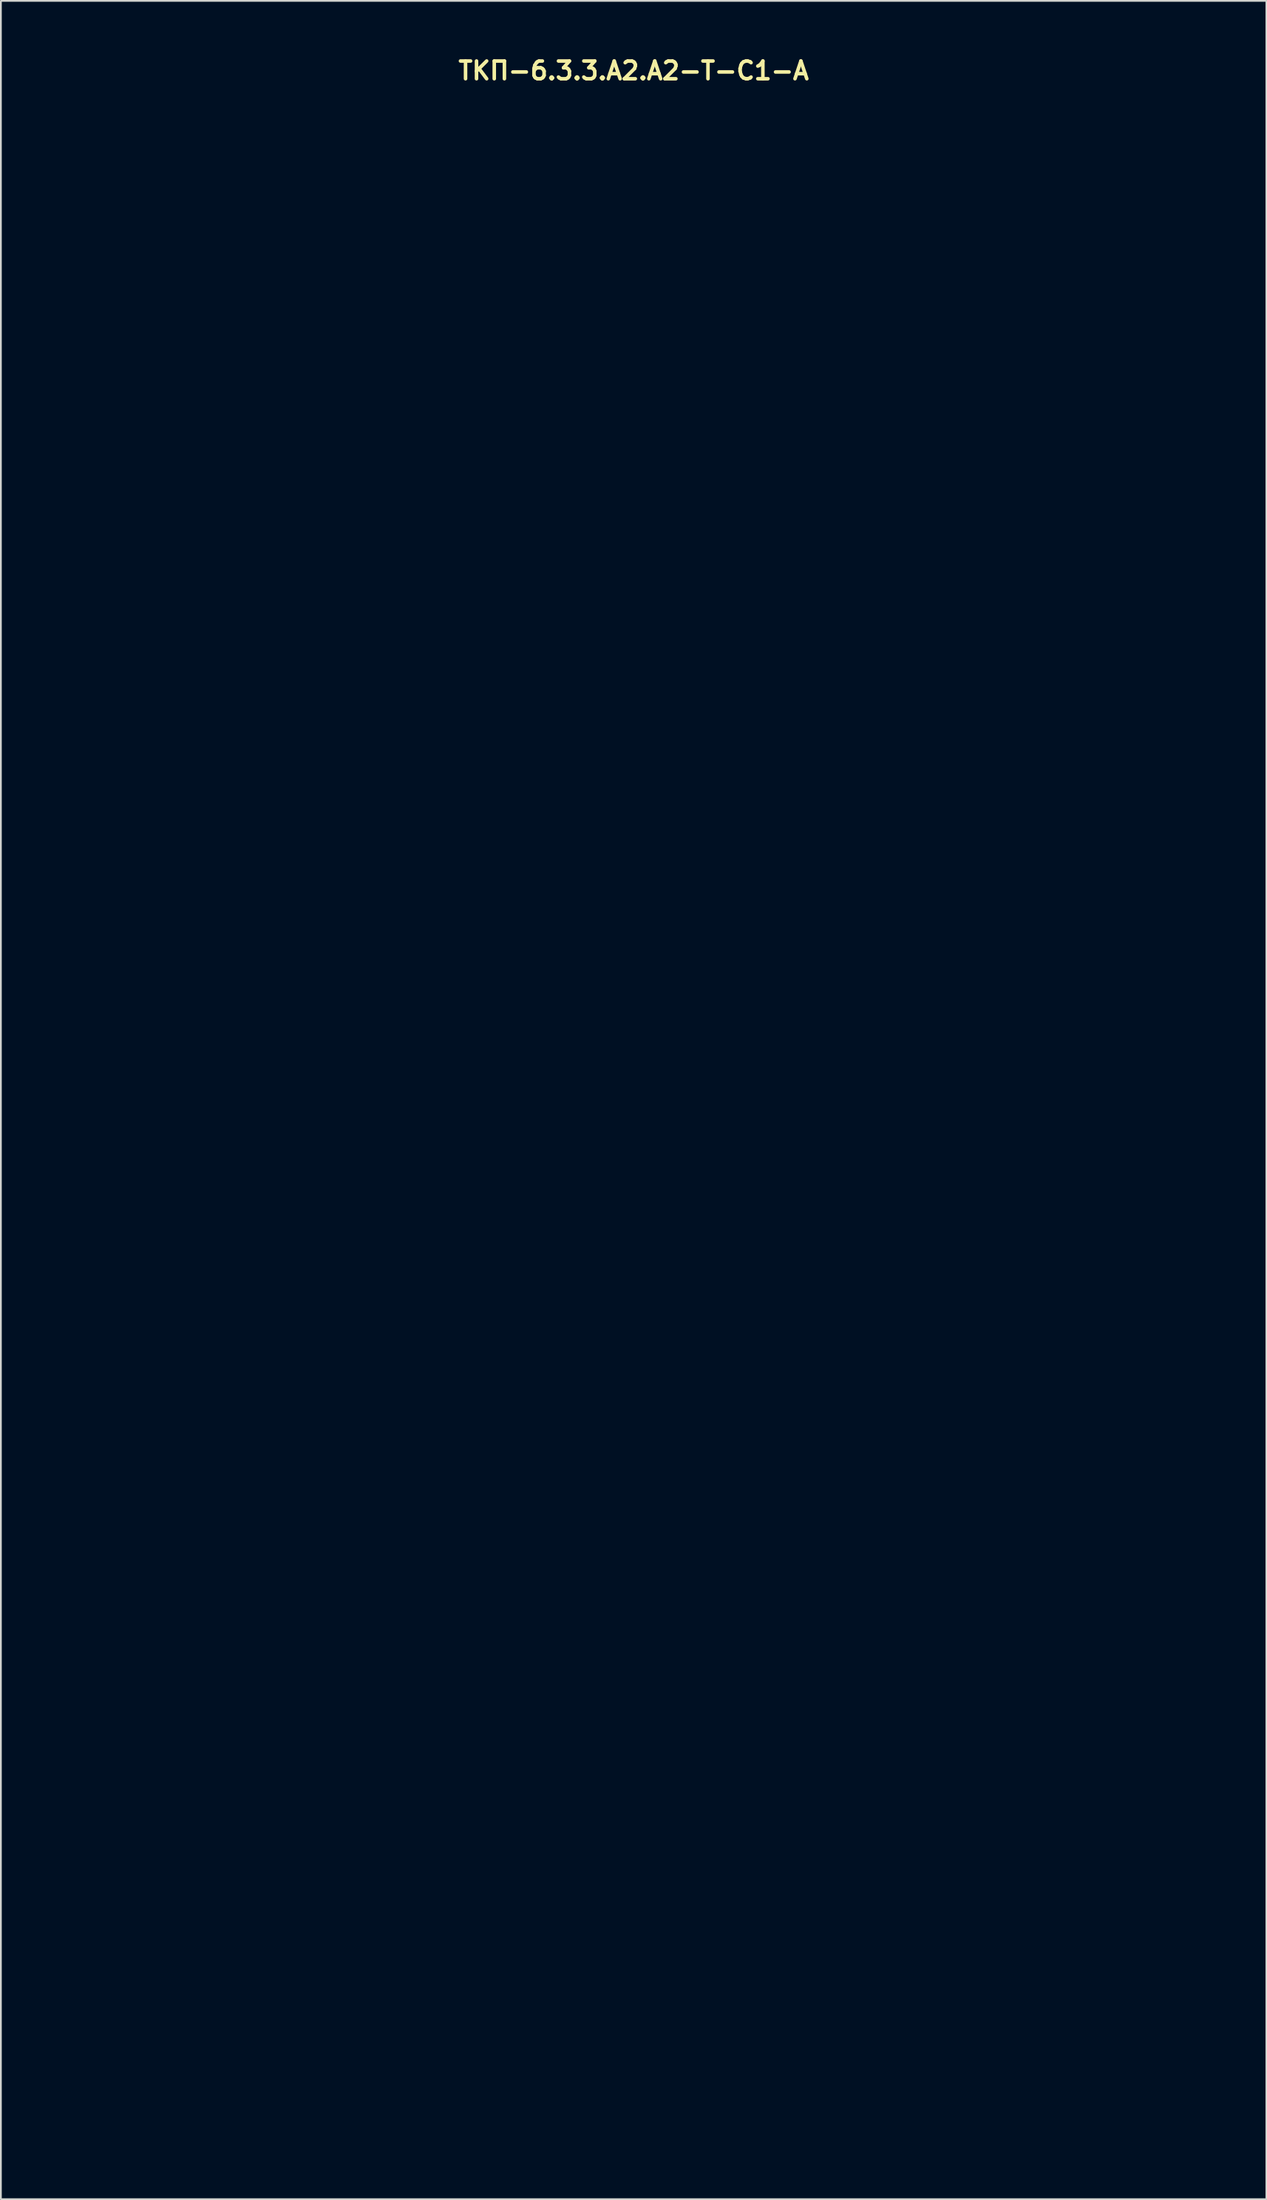
<source format=kicad_pcb>
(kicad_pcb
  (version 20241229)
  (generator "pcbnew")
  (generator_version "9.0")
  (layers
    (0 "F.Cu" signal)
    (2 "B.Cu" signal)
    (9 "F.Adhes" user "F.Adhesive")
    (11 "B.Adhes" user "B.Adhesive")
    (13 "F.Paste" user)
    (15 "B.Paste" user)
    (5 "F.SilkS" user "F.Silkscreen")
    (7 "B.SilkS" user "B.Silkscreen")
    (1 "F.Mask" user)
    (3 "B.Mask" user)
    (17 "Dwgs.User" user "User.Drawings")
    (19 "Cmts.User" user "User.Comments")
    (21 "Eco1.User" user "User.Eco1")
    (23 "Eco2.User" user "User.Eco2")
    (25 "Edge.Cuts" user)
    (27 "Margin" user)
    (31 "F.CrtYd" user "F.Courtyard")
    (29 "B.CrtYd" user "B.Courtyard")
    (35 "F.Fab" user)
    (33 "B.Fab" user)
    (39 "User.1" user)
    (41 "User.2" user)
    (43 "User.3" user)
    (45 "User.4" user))
  (footprint "ТКП-6.3.3.A2.A2-T-C1-A"
    (layer "F.Cu")
    (at 32.67 59.737)
    (property "Reference" "ТКП-6.3.3.A2.A2-T-C1-A" (at 0 -58.801 0) (layer "F.SilkS") (effects (font (size 1 1) (thickness 0.2))))
    (attr through_hole)
    (fp_line (start -32.47 -57.98) (end -32.47 57.98) (stroke (width 0.4) (type solid)) (layer "Eco1.User"))
    (fp_line (start -32.47 -57.98) (end 32.47 -57.98) (stroke (width 0.4) (type solid)) (layer "Eco1.User"))
    (fp_line (start -32.47 -55.98) (end 32.47 -55.98) (stroke (width 0.2) (type solid)) (layer "Eco1.User"))
    (fp_line (start -32.47 55.98) (end 32.47 55.98) (stroke (width 0.2) (type solid)) (layer "Eco1.User"))
    (fp_line (start -32.47 57.98) (end 32.47 57.98) (stroke (width 0.4) (type solid)) (layer "Eco1.User"))
    (fp_line (start 32.47 -57.98) (end 32.47 57.98) (stroke (width 0.4) (type solid)) (layer "Eco1.User"))
    (fp_circle (center -19.05 -40.44) (end -15.45 -40.44) (stroke (width 0.4) (type solid)) (fill no) (layer "Eco1.User"))
    (fp_circle (center -19.05 -40.44) (end -9.55 -40.44) (stroke (width 0.4) (type solid)) (fill no) (layer "Eco1.User"))
    (fp_circle (center -8.89 -50.8) (end -7.39 -50.8) (stroke (width 0.4) (type solid)) (fill no) (layer "Eco1.User"))
    (fp_circle (center -8.89 -50.8) (end -6.04 -50.8) (stroke (width 0.4) (type solid)) (fill no) (layer "Eco1.User"))
    (fp_circle (center 0 -26.47) (end 3.6 -26.47) (stroke (width 0.4) (type solid)) (fill no) (layer "Eco1.User"))
    (fp_circle (center 0 -26.47) (end 9.5 -26.47) (stroke (width 0.4) (type solid)) (fill no) (layer "Eco1.User"))
    (fp_circle (center 0 -7.62) (end 2.8 -7.62) (stroke (width 0.4) (type solid)) (fill no) (layer "Eco1.User"))
    (fp_circle (center 0 19.05) (end 6 19.05) (stroke (width 0.4) (type solid)) (fill no) (layer "Eco1.User"))
    (fp_circle (center 0 19.05) (end 10 19.05) (stroke (width 0.4) (type solid)) (fill no) (layer "Eco1.User"))
    (fp_circle (center 8.89 -50.8) (end 10.39 -50.8) (stroke (width 0.4) (type solid)) (fill no) (layer "Eco1.User"))
    (fp_circle (center 8.89 -50.8) (end 11.74 -50.8) (stroke (width 0.4) (type solid)) (fill no) (layer "Eco1.User"))
    (fp_circle (center 19.05 -40.44) (end 22.65 -40.44) (stroke (width 0.4) (type solid)) (fill no) (layer "Eco1.User"))
    (fp_circle (center 19.05 -40.44) (end 28.55 -40.44) (stroke (width 0.4) (type solid)) (fill no) (layer "Eco1.User"))
    (fp_line (start -32.47 -57.98) (end -32.47 57.98) (stroke (width 0.4) (type solid)) (layer "Eco2.User"))
    (fp_line (start -32.47 -57.98) (end 32.47 -57.98) (stroke (width 0.4) (type solid)) (layer "Eco2.User"))
    (fp_line (start -32.47 57.98) (end 32.47 57.98) (stroke (width 0.4) (type solid)) (layer "Eco2.User"))
    (fp_line (start -29.21 -54.928) (end -29.21 -49.847) (stroke (width 0.5) (type solid)) (layer "Eco2.User"))
    (fp_line (start -29.21 -54.928) (end -22.225 -54.928) (stroke (width 0.5) (type solid)) (layer "Eco2.User"))
    (fp_line (start -29.21 -49.847) (end -26.035 -46.672) (stroke (width 0.5) (type solid)) (layer "Eco2.User"))
    (fp_line (start -29.21 -44.767) (end -29.21 -39.688) (stroke (width 0.5) (type solid)) (layer "Eco2.User"))
    (fp_line (start -29.21 -44.767) (end -22.225 -44.767) (stroke (width 0.5) (type solid)) (layer "Eco2.User"))
    (fp_line (start -29.21 -39.688) (end -26.035 -36.513) (stroke (width 0.5) (type solid)) (layer "Eco2.User"))
    (fp_line (start -29.21 -34.608) (end -29.21 -29.527) (stroke (width 0.5) (type solid)) (layer "Eco2.User"))
    (fp_line (start -29.21 -34.608) (end -22.225 -34.608) (stroke (width 0.5) (type solid)) (layer "Eco2.User"))
    (fp_line (start -29.21 -29.527) (end -26.035 -26.352) (stroke (width 0.5) (type solid)) (layer "Eco2.User"))
    (fp_line (start -29.21 -24.448) (end -29.21 -19.367) (stroke (width 0.5) (type solid)) (layer "Eco2.User"))
    (fp_line (start -29.21 -24.448) (end -22.225 -24.448) (stroke (width 0.5) (type solid)) (layer "Eco2.User"))
    (fp_line (start -29.21 -19.367) (end -26.035 -16.192) (stroke (width 0.5) (type solid)) (layer "Eco2.User"))
    (fp_line (start -29.21 -14.287) (end -29.21 -9.207) (stroke (width 0.5) (type solid)) (layer "Eco2.User"))
    (fp_line (start -29.21 -14.287) (end -22.225 -14.287) (stroke (width 0.5) (type solid)) (layer "Eco2.User"))
    (fp_line (start -29.21 -9.207) (end -26.035 -6.032) (stroke (width 0.5) (type solid)) (layer "Eco2.User"))
    (fp_line (start -29.21 -4.128) (end -29.21 0.953) (stroke (width 0.5) (type solid)) (layer "Eco2.User"))
    (fp_line (start -29.21 -4.128) (end -22.225 -4.128) (stroke (width 0.5) (type solid)) (layer "Eco2.User"))
    (fp_line (start -29.21 0.953) (end -26.035 4.128) (stroke (width 0.5) (type solid)) (layer "Eco2.User"))
    (fp_line (start -29.21 6.032) (end -29.21 11.113) (stroke (width 0.5) (type solid)) (layer "Eco2.User"))
    (fp_line (start -29.21 6.032) (end -22.225 6.032) (stroke (width 0.5) (type solid)) (layer "Eco2.User"))
    (fp_line (start -29.21 11.113) (end -26.035 14.287) (stroke (width 0.5) (type solid)) (layer "Eco2.User"))
    (fp_line (start -29.21 16.192) (end -29.21 21.273) (stroke (width 0.5) (type solid)) (layer "Eco2.User"))
    (fp_line (start -29.21 16.192) (end -22.225 16.192) (stroke (width 0.5) (type solid)) (layer "Eco2.User"))
    (fp_line (start -29.21 21.273) (end -26.035 24.448) (stroke (width 0.5) (type solid)) (layer "Eco2.User"))
    (fp_line (start -29.21 26.352) (end -29.21 31.433) (stroke (width 0.5) (type solid)) (layer "Eco2.User"))
    (fp_line (start -29.21 26.352) (end -22.225 26.352) (stroke (width 0.5) (type solid)) (layer "Eco2.User"))
    (fp_line (start -29.21 31.433) (end -26.035 34.608) (stroke (width 0.5) (type solid)) (layer "Eco2.User"))
    (fp_line (start -29.21 36.513) (end -29.21 41.593) (stroke (width 0.5) (type solid)) (layer "Eco2.User"))
    (fp_line (start -29.21 36.513) (end -22.225 36.513) (stroke (width 0.5) (type solid)) (layer "Eco2.User"))
    (fp_line (start -29.21 41.593) (end -26.035 44.767) (stroke (width 0.5) (type solid)) (layer "Eco2.User"))
    (fp_line (start -29.21 46.672) (end -29.21 51.752) (stroke (width 0.5) (type solid)) (layer "Eco2.User"))
    (fp_line (start -29.21 46.672) (end 26.035 46.672) (stroke (width 0.5) (type solid)) (layer "Eco2.User"))
    (fp_line (start -29.21 51.752) (end -26.035 54.928) (stroke (width 0.5) (type solid)) (layer "Eco2.User"))
    (fp_line (start -26.035 -46.672) (end -19.05 -46.672) (stroke (width 0.5) (type solid)) (layer "Eco2.User"))
    (fp_line (start -26.035 -36.513) (end -19.05 -36.513) (stroke (width 0.5) (type solid)) (layer "Eco2.User"))
    (fp_line (start -26.035 -16.192) (end -19.05 -16.192) (stroke (width 0.5) (type solid)) (layer "Eco2.User"))
    (fp_line (start -26.035 -6.032) (end -19.05 -6.032) (stroke (width 0.5) (type solid)) (layer "Eco2.User"))
    (fp_line (start -26.035 4.128) (end -19.05 4.128) (stroke (width 0.5) (type solid)) (layer "Eco2.User"))
    (fp_line (start -26.035 14.287) (end -19.05 14.287) (stroke (width 0.5) (type solid)) (layer "Eco2.User"))
    (fp_line (start -26.035 24.448) (end -19.05 24.448) (stroke (width 0.5) (type solid)) (layer "Eco2.User"))
    (fp_line (start -26.035 34.608) (end -19.05 34.608) (stroke (width 0.5) (type solid)) (layer "Eco2.User"))
    (fp_line (start -26.035 44.767) (end -19.05 44.767) (stroke (width 0.5) (type solid)) (layer "Eco2.User"))
    (fp_line (start -26.035 54.928) (end 29.21 54.928) (stroke (width 0.5) (type solid)) (layer "Eco2.User"))
    (fp_line (start -22.225 -54.928) (end -19.05 -51.752) (stroke (width 0.5) (type solid)) (layer "Eco2.User"))
    (fp_line (start -22.225 -44.767) (end -19.05 -41.593) (stroke (width 0.5) (type solid)) (layer "Eco2.User"))
    (fp_line (start -22.225 -34.608) (end -19.05 -31.433) (stroke (width 0.5) (type solid)) (layer "Eco2.User"))
    (fp_line (start -22.225 -24.448) (end -19.05 -21.273) (stroke (width 0.5) (type solid)) (layer "Eco2.User"))
    (fp_line (start -22.225 -14.287) (end -19.05 -11.113) (stroke (width 0.5) (type solid)) (layer "Eco2.User"))
    (fp_line (start -22.225 -4.128) (end -19.05 -0.953) (stroke (width 0.5) (type solid)) (layer "Eco2.User"))
    (fp_line (start -22.225 6.032) (end -19.05 9.207) (stroke (width 0.5) (type solid)) (layer "Eco2.User"))
    (fp_line (start -22.225 16.192) (end -19.05 19.367) (stroke (width 0.5) (type solid)) (layer "Eco2.User"))
    (fp_line (start -22.225 26.352) (end -19.05 29.527) (stroke (width 0.5) (type solid)) (layer "Eco2.User"))
    (fp_line (start -22.225 36.513) (end -19.05 39.688) (stroke (width 0.5) (type solid)) (layer "Eco2.User"))
    (fp_line (start -19.05 -51.752) (end -19.05 -46.672) (stroke (width 0.5) (type solid)) (layer "Eco2.User"))
    (fp_line (start -19.05 -41.593) (end -19.05 -36.513) (stroke (width 0.5) (type solid)) (layer "Eco2.User"))
    (fp_line (start -19.05 -31.433) (end -19.05 -29.845) (stroke (width 0.5) (type solid)) (layer "Eco2.User"))
    (fp_line (start -19.05 -21.273) (end -19.05 -16.192) (stroke (width 0.5) (type solid)) (layer "Eco2.User"))
    (fp_line (start -19.05 -11.113) (end -19.05 -6.032) (stroke (width 0.5) (type solid)) (layer "Eco2.User"))
    (fp_line (start -19.05 -0.953) (end -19.05 4.128) (stroke (width 0.5) (type solid)) (layer "Eco2.User"))
    (fp_line (start -19.05 9.207) (end -19.05 14.287) (stroke (width 0.5) (type solid)) (layer "Eco2.User"))
    (fp_line (start -19.05 19.367) (end -19.05 24.448) (stroke (width 0.5) (type solid)) (layer "Eco2.User"))
    (fp_line (start -19.05 29.527) (end -19.05 34.608) (stroke (width 0.5) (type solid)) (layer "Eco2.User"))
    (fp_line (start -19.05 39.688) (end -19.05 44.767) (stroke (width 0.5) (type solid)) (layer "Eco2.User"))
    (fp_line (start -17.145 -54.928) (end -17.145 -49.847) (stroke (width 0.5) (type solid)) (layer "Eco2.User"))
    (fp_line (start -17.145 -54.928) (end -10.16 -54.928) (stroke (width 0.5) (type solid)) (layer "Eco2.User"))
    (fp_line (start -17.145 -49.847) (end -13.97 -46.672) (stroke (width 0.5) (type solid)) (layer "Eco2.User"))
    (fp_line (start -17.145 -44.767) (end -17.145 -39.688) (stroke (width 0.5) (type solid)) (layer "Eco2.User"))
    (fp_line (start -17.145 -44.767) (end 13.97 -44.767) (stroke (width 0.5) (type solid)) (layer "Eco2.User"))
    (fp_line (start -17.145 -39.688) (end -13.97 -36.513) (stroke (width 0.5) (type solid)) (layer "Eco2.User"))
    (fp_line (start -17.145 -34.608) (end -17.145 -29.845) (stroke (width 0.5) (type solid)) (layer "Eco2.User"))
    (fp_line (start -17.145 -34.608) (end -10.16 -34.608) (stroke (width 0.5) (type solid)) (layer "Eco2.User"))
    (fp_line (start -17.145 -24.448) (end -17.145 -19.367) (stroke (width 0.5) (type solid)) (layer "Eco2.User"))
    (fp_line (start -17.145 -24.448) (end -10.16 -24.448) (stroke (width 0.5) (type solid)) (layer "Eco2.User"))
    (fp_line (start -17.145 -19.367) (end -13.97 -16.192) (stroke (width 0.5) (type solid)) (layer "Eco2.User"))
    (fp_line (start -17.145 -14.287) (end -17.145 -9.207) (stroke (width 0.5) (type solid)) (layer "Eco2.User"))
    (fp_line (start -17.145 -14.287) (end -10.16 -14.287) (stroke (width 0.5) (type solid)) (layer "Eco2.User"))
    (fp_line (start -17.145 -9.207) (end -13.97 -6.032) (stroke (width 0.5) (type solid)) (layer "Eco2.User"))
    (fp_line (start -17.145 -4.128) (end -17.145 0.953) (stroke (width 0.5) (type solid)) (layer "Eco2.User"))
    (fp_line (start -17.145 -4.128) (end -10.16 -4.128) (stroke (width 0.5) (type solid)) (layer "Eco2.User"))
    (fp_line (start -17.145 0.953) (end -13.97 4.128) (stroke (width 0.5) (type solid)) (layer "Eco2.User"))
    (fp_line (start -17.145 6.032) (end -17.145 11.113) (stroke (width 0.5) (type solid)) (layer "Eco2.User"))
    (fp_line (start -17.145 6.032) (end -10.16 6.032) (stroke (width 0.5) (type solid)) (layer "Eco2.User"))
    (fp_line (start -17.145 11.113) (end -13.97 14.287) (stroke (width 0.5) (type solid)) (layer "Eco2.User"))
    (fp_line (start -17.145 16.192) (end -17.145 21.273) (stroke (width 0.5) (type solid)) (layer "Eco2.User"))
    (fp_line (start -17.145 16.192) (end -10.16 16.192) (stroke (width 0.5) (type solid)) (layer "Eco2.User"))
    (fp_line (start -17.145 21.273) (end -13.97 24.448) (stroke (width 0.5) (type solid)) (layer "Eco2.User"))
    (fp_line (start -17.145 26.352) (end -17.145 31.433) (stroke (width 0.5) (type solid)) (layer "Eco2.User"))
    (fp_line (start -17.145 26.352) (end -10.16 26.352) (stroke (width 0.5) (type solid)) (layer "Eco2.User"))
    (fp_line (start -17.145 31.433) (end -13.97 34.608) (stroke (width 0.5) (type solid)) (layer "Eco2.User"))
    (fp_line (start -17.145 36.513) (end -17.145 41.593) (stroke (width 0.5) (type solid)) (layer "Eco2.User"))
    (fp_line (start -17.145 36.513) (end 13.97 36.513) (stroke (width 0.5) (type solid)) (layer "Eco2.User"))
    (fp_line (start -17.145 41.593) (end -13.97 44.767) (stroke (width 0.5) (type solid)) (layer "Eco2.User"))
    (fp_line (start -13.97 -46.672) (end -6.985 -46.672) (stroke (width 0.5) (type solid)) (layer "Eco2.User"))
    (fp_line (start -13.97 -36.513) (end 17.145 -36.513) (stroke (width 0.5) (type solid)) (layer "Eco2.User"))
    (fp_line (start -13.97 -16.192) (end -6.985 -16.192) (stroke (width 0.5) (type solid)) (layer "Eco2.User"))
    (fp_line (start -13.97 -6.032) (end -6.985 -6.032) (stroke (width 0.5) (type solid)) (layer "Eco2.User"))
    (fp_line (start -13.97 4.128) (end -6.985 4.128) (stroke (width 0.5) (type solid)) (layer "Eco2.User"))
    (fp_line (start -13.97 14.287) (end -6.985 14.287) (stroke (width 0.5) (type solid)) (layer "Eco2.User"))
    (fp_line (start -13.97 24.448) (end -6.985 24.448) (stroke (width 0.5) (type solid)) (layer "Eco2.User"))
    (fp_line (start -13.97 34.608) (end -6.985 34.608) (stroke (width 0.5) (type solid)) (layer "Eco2.User"))
    (fp_line (start -13.97 44.767) (end 17.145 44.767) (stroke (width 0.5) (type solid)) (layer "Eco2.User"))
    (fp_line (start -12.065 -26.352) (end -6.985 -26.352) (stroke (width 0.5) (type solid)) (layer "Eco2.User"))
    (fp_line (start -10.16 -54.928) (end -6.985 -51.752) (stroke (width 0.5) (type solid)) (layer "Eco2.User"))
    (fp_line (start -10.16 -34.608) (end -6.985 -31.433) (stroke (width 0.5) (type solid)) (layer "Eco2.User"))
    (fp_line (start -10.16 -24.448) (end -6.985 -21.273) (stroke (width 0.5) (type solid)) (layer "Eco2.User"))
    (fp_line (start -10.16 -14.287) (end -8.255 -12.383) (stroke (width 0.5) (type solid)) (layer "Eco2.User"))
    (fp_line (start -10.16 -4.128) (end -6.985 -0.953) (stroke (width 0.5) (type solid)) (layer "Eco2.User"))
    (fp_line (start -10.16 6.032) (end -6.985 9.207) (stroke (width 0.5) (type solid)) (layer "Eco2.User"))
    (fp_line (start -10.16 16.192) (end -6.985 19.367) (stroke (width 0.5) (type solid)) (layer "Eco2.User"))
    (fp_line (start -10.16 26.352) (end -6.985 29.527) (stroke (width 0.5) (type solid)) (layer "Eco2.User"))
    (fp_line (start -6.985 -51.752) (end -6.985 -46.672) (stroke (width 0.5) (type solid)) (layer "Eco2.User"))
    (fp_line (start -6.985 -31.433) (end -6.985 -26.352) (stroke (width 0.5) (type solid)) (layer "Eco2.User"))
    (fp_line (start -6.985 -21.273) (end -6.985 -16.192) (stroke (width 0.5) (type solid)) (layer "Eco2.User"))
    (fp_line (start -6.985 -11.113) (end -6.985 -6.032) (stroke (width 0.5) (type solid)) (layer "Eco2.User"))
    (fp_line (start -6.985 -0.953) (end -6.985 4.128) (stroke (width 0.5) (type solid)) (layer "Eco2.User"))
    (fp_line (start -6.985 9.207) (end -6.985 14.287) (stroke (width 0.5) (type solid)) (layer "Eco2.User"))
    (fp_line (start -6.985 19.367) (end -6.985 24.448) (stroke (width 0.5) (type solid)) (layer "Eco2.User"))
    (fp_line (start -6.985 29.527) (end -6.985 34.608) (stroke (width 0.5) (type solid)) (layer "Eco2.User"))
    (fp_line (start -5.715 -40.64) (end -4.445 -40.64) (stroke (width 0.25) (type solid)) (layer "Eco2.User"))
    (fp_line (start -5.08 -54.928) (end -5.08 -49.847) (stroke (width 0.5) (type solid)) (layer "Eco2.User"))
    (fp_line (start -5.08 -54.928) (end 1.905 -54.928) (stroke (width 0.5) (type solid)) (layer "Eco2.User"))
    (fp_line (start -5.08 -49.847) (end -1.905 -46.672) (stroke (width 0.5) (type solid)) (layer "Eco2.User"))
    (fp_line (start -5.08 -41.275) (end -5.08 -40.005) (stroke (width 0.25) (type solid)) (layer "Eco2.User"))
    (fp_line (start -5.08 -34.608) (end -5.08 -29.527) (stroke (width 0.5) (type solid)) (layer "Eco2.User"))
    (fp_line (start -5.08 -34.608) (end 1.905 -34.608) (stroke (width 0.5) (type solid)) (layer "Eco2.User"))
    (fp_line (start -5.08 -29.527) (end -1.905 -26.352) (stroke (width 0.5) (type solid)) (layer "Eco2.User"))
    (fp_line (start -5.08 -24.448) (end -5.08 -19.367) (stroke (width 0.5) (type solid)) (layer "Eco2.User"))
    (fp_line (start -5.08 -24.448) (end 1.905 -24.448) (stroke (width 0.5) (type solid)) (layer "Eco2.User"))
    (fp_line (start -5.08 -19.367) (end -1.905 -16.192) (stroke (width 0.5) (type solid)) (layer "Eco2.User"))
    (fp_line (start -5.08 -11.113) (end -5.08 -9.207) (stroke (width 0.5) (type solid)) (layer "Eco2.User"))
    (fp_line (start -5.08 -9.207) (end -1.905 -6.032) (stroke (width 0.5) (type solid)) (layer "Eco2.User"))
    (fp_line (start -5.08 -4.128) (end -5.08 0.953) (stroke (width 0.5) (type solid)) (layer "Eco2.User"))
    (fp_line (start -5.08 -4.128) (end 1.905 -4.128) (stroke (width 0.5) (type solid)) (layer "Eco2.User"))
    (fp_line (start -5.08 0.953) (end -1.905 4.128) (stroke (width 0.5) (type solid)) (layer "Eco2.User"))
    (fp_line (start -5.08 6.032) (end -5.08 11.113) (stroke (width 0.5) (type solid)) (layer "Eco2.User"))
    (fp_line (start -5.08 6.032) (end 1.905 6.032) (stroke (width 0.5) (type solid)) (layer "Eco2.User"))
    (fp_line (start -5.08 11.113) (end -1.905 14.287) (stroke (width 0.5) (type solid)) (layer "Eco2.User"))
    (fp_line (start -5.08 26.352) (end -5.08 31.433) (stroke (width 0.5) (type solid)) (layer "Eco2.User"))
    (fp_line (start -5.08 26.352) (end 1.905 26.352) (stroke (width 0.5) (type solid)) (layer "Eco2.User"))
    (fp_line (start -5.08 31.433) (end -1.905 34.608) (stroke (width 0.5) (type solid)) (layer "Eco2.User"))
    (fp_line (start -3.81 -40.64) (end -1.27 -40.64) (stroke (width 0.5) (type solid)) (layer "Eco2.User"))
    (fp_line (start -1.905 -46.672) (end 5.08 -46.672) (stroke (width 0.5) (type solid)) (layer "Eco2.User"))
    (fp_line (start -1.905 -26.352) (end 5.08 -26.352) (stroke (width 0.5) (type solid)) (layer "Eco2.User"))
    (fp_line (start -1.905 -16.192) (end 5.08 -16.192) (stroke (width 0.5) (type solid)) (layer "Eco2.User"))
    (fp_line (start -1.905 -6.032) (end 5.08 -6.032) (stroke (width 0.5) (type solid)) (layer "Eco2.User"))
    (fp_line (start -1.905 4.128) (end 5.08 4.128) (stroke (width 0.5) (type solid)) (layer "Eco2.User"))
    (fp_line (start -1.905 14.287) (end 5.08 14.287) (stroke (width 0.5) (type solid)) (layer "Eco2.User"))
    (fp_line (start -1.905 34.608) (end 5.08 34.608) (stroke (width 0.5) (type solid)) (layer "Eco2.User"))
    (fp_line (start 0 -40.64) (end 3.81 -40.64) (stroke (width 0.5) (type solid)) (layer "Eco2.User"))
    (fp_line (start 1.905 -54.928) (end 5.08 -51.752) (stroke (width 0.5) (type solid)) (layer "Eco2.User"))
    (fp_line (start 1.905 -34.608) (end 5.08 -31.433) (stroke (width 0.5) (type solid)) (layer "Eco2.User"))
    (fp_line (start 1.905 -24.448) (end 5.08 -21.273) (stroke (width 0.5) (type solid)) (layer "Eco2.User"))
    (fp_line (start 1.905 -4.128) (end 5.08 -0.953) (stroke (width 0.5) (type solid)) (layer "Eco2.User"))
    (fp_line (start 1.905 6.032) (end 5.08 9.207) (stroke (width 0.5) (type solid)) (layer "Eco2.User"))
    (fp_line (start 1.905 26.352) (end 5.08 29.527) (stroke (width 0.5) (type solid)) (layer "Eco2.User"))
    (fp_line (start 4.445 -40.64) (end 5.715 -40.64) (stroke (width 0.25) (type solid)) (layer "Eco2.User"))
    (fp_line (start 5.08 -51.752) (end 5.08 -46.672) (stroke (width 0.5) (type solid)) (layer "Eco2.User"))
    (fp_line (start 5.08 -31.433) (end 5.08 -26.352) (stroke (width 0.5) (type solid)) (layer "Eco2.User"))
    (fp_line (start 5.08 -21.273) (end 5.08 -16.192) (stroke (width 0.5) (type solid)) (layer "Eco2.User"))
    (fp_line (start 5.08 -11.113) (end 5.08 -6.032) (stroke (width 0.5) (type solid)) (layer "Eco2.User"))
    (fp_line (start 5.08 -0.953) (end 5.08 4.128) (stroke (width 0.5) (type solid)) (layer "Eco2.User"))
    (fp_line (start 5.08 9.207) (end 5.08 14.287) (stroke (width 0.5) (type solid)) (layer "Eco2.User"))
    (fp_line (start 5.08 29.527) (end 5.08 34.608) (stroke (width 0.5) (type solid)) (layer "Eco2.User"))
    (fp_line (start 6.985 -54.928) (end 6.985 -49.847) (stroke (width 0.5) (type solid)) (layer "Eco2.User"))
    (fp_line (start 6.985 -54.928) (end 13.97 -54.928) (stroke (width 0.5) (type solid)) (layer "Eco2.User"))
    (fp_line (start 6.985 -49.847) (end 10.16 -46.672) (stroke (width 0.5) (type solid)) (layer "Eco2.User"))
    (fp_line (start 6.985 -34.608) (end 6.985 -29.527) (stroke (width 0.5) (type solid)) (layer "Eco2.User"))
    (fp_line (start 6.985 -34.608) (end 13.97 -34.608) (stroke (width 0.5) (type solid)) (layer "Eco2.User"))
    (fp_line (start 6.985 -29.527) (end 10.16 -26.352) (stroke (width 0.5) (type solid)) (layer "Eco2.User"))
    (fp_line (start 6.985 -24.448) (end 6.985 -19.367) (stroke (width 0.5) (type solid)) (layer "Eco2.User"))
    (fp_line (start 6.985 -24.448) (end 13.97 -24.448) (stroke (width 0.5) (type solid)) (layer "Eco2.User"))
    (fp_line (start 6.985 -19.367) (end 10.16 -16.192) (stroke (width 0.5) (type solid)) (layer "Eco2.User"))
    (fp_line (start 6.985 -11.113) (end 6.985 -9.207) (stroke (width 0.5) (type solid)) (layer "Eco2.User"))
    (fp_line (start 6.985 -9.207) (end 10.16 -6.032) (stroke (width 0.5) (type solid)) (layer "Eco2.User"))
    (fp_line (start 6.985 -4.128) (end 6.985 0.953) (stroke (width 0.5) (type solid)) (layer "Eco2.User"))
    (fp_line (start 6.985 -4.128) (end 13.97 -4.128) (stroke (width 0.5) (type solid)) (layer "Eco2.User"))
    (fp_line (start 6.985 0.953) (end 10.16 4.128) (stroke (width 0.5) (type solid)) (layer "Eco2.User"))
    (fp_line (start 6.985 6.032) (end 6.985 11.113) (stroke (width 0.5) (type solid)) (layer "Eco2.User"))
    (fp_line (start 6.985 6.032) (end 13.97 6.032) (stroke (width 0.5) (type solid)) (layer "Eco2.User"))
    (fp_line (start 6.985 11.113) (end 10.16 14.287) (stroke (width 0.5) (type solid)) (layer "Eco2.User"))
    (fp_line (start 6.985 16.192) (end 6.985 21.273) (stroke (width 0.5) (type solid)) (layer "Eco2.User"))
    (fp_line (start 6.985 16.192) (end 13.97 16.192) (stroke (width 0.5) (type solid)) (layer "Eco2.User"))
    (fp_line (start 6.985 21.273) (end 10.16 24.448) (stroke (width 0.5) (type solid)) (layer "Eco2.User"))
    (fp_line (start 6.985 26.352) (end 6.985 31.433) (stroke (width 0.5) (type solid)) (layer "Eco2.User"))
    (fp_line (start 6.985 26.352) (end 13.97 26.352) (stroke (width 0.5) (type solid)) (layer "Eco2.User"))
    (fp_line (start 6.985 31.433) (end 10.16 34.608) (stroke (width 0.5) (type solid)) (layer "Eco2.User"))
    (fp_line (start 8.572 -14.287) (end 13.97 -14.287) (stroke (width 0.5) (type solid)) (layer "Eco2.User"))
    (fp_line (start 10.16 -46.672) (end 17.145 -46.672) (stroke (width 0.5) (type solid)) (layer "Eco2.User"))
    (fp_line (start 10.16 -26.352) (end 12.065 -26.352) (stroke (width 0.5) (type solid)) (layer "Eco2.User"))
    (fp_line (start 10.16 -16.192) (end 17.145 -16.192) (stroke (width 0.5) (type solid)) (layer "Eco2.User"))
    (fp_line (start 10.16 -6.032) (end 17.145 -6.032) (stroke (width 0.5) (type solid)) (layer "Eco2.User"))
    (fp_line (start 10.16 4.128) (end 17.145 4.128) (stroke (width 0.5) (type solid)) (layer "Eco2.User"))
    (fp_line (start 10.16 14.287) (end 17.145 14.287) (stroke (width 0.5) (type solid)) (layer "Eco2.User"))
    (fp_line (start 10.16 24.448) (end 17.145 24.448) (stroke (width 0.5) (type solid)) (layer "Eco2.User"))
    (fp_line (start 10.16 34.608) (end 17.145 34.608) (stroke (width 0.5) (type solid)) (layer "Eco2.User"))
    (fp_line (start 13.97 -54.928) (end 17.145 -51.752) (stroke (width 0.5) (type solid)) (layer "Eco2.User"))
    (fp_line (start 13.97 -44.767) (end 17.145 -41.593) (stroke (width 0.5) (type solid)) (layer "Eco2.User"))
    (fp_line (start 13.97 -34.608) (end 17.145 -31.433) (stroke (width 0.5) (type solid)) (layer "Eco2.User"))
    (fp_line (start 13.97 -24.448) (end 17.145 -21.273) (stroke (width 0.5) (type solid)) (layer "Eco2.User"))
    (fp_line (start 13.97 -14.287) (end 17.145 -11.113) (stroke (width 0.5) (type solid)) (layer "Eco2.User"))
    (fp_line (start 13.97 -4.128) (end 17.145 -0.953) (stroke (width 0.5) (type solid)) (layer "Eco2.User"))
    (fp_line (start 13.97 6.032) (end 17.145 9.207) (stroke (width 0.5) (type solid)) (layer "Eco2.User"))
    (fp_line (start 13.97 16.192) (end 17.145 19.367) (stroke (width 0.5) (type solid)) (layer "Eco2.User"))
    (fp_line (start 13.97 26.352) (end 17.145 29.527) (stroke (width 0.5) (type solid)) (layer "Eco2.User"))
    (fp_line (start 13.97 36.513) (end 17.145 39.688) (stroke (width 0.5) (type solid)) (layer "Eco2.User"))
    (fp_line (start 17.145 -51.752) (end 17.145 -46.672) (stroke (width 0.5) (type solid)) (layer "Eco2.User"))
    (fp_line (start 17.145 -41.593) (end 17.145 -36.513) (stroke (width 0.5) (type solid)) (layer "Eco2.User"))
    (fp_line (start 17.145 -31.433) (end 17.145 -29.845) (stroke (width 0.5) (type solid)) (layer "Eco2.User"))
    (fp_line (start 17.145 -21.273) (end 17.145 -16.192) (stroke (width 0.5) (type solid)) (layer "Eco2.User"))
    (fp_line (start 17.145 -11.113) (end 17.145 -6.032) (stroke (width 0.5) (type solid)) (layer "Eco2.User"))
    (fp_line (start 17.145 -0.953) (end 17.145 4.128) (stroke (width 0.5) (type solid)) (layer "Eco2.User"))
    (fp_line (start 17.145 9.207) (end 17.145 14.287) (stroke (width 0.5) (type solid)) (layer "Eco2.User"))
    (fp_line (start 17.145 19.367) (end 17.145 24.448) (stroke (width 0.5) (type solid)) (layer "Eco2.User"))
    (fp_line (start 17.145 29.527) (end 17.145 34.608) (stroke (width 0.5) (type solid)) (layer "Eco2.User"))
    (fp_line (start 17.145 39.688) (end 17.145 44.767) (stroke (width 0.5) (type solid)) (layer "Eco2.User"))
    (fp_line (start 19.05 -54.928) (end 19.05 -49.847) (stroke (width 0.5) (type solid)) (layer "Eco2.User"))
    (fp_line (start 19.05 -54.928) (end 26.035 -54.928) (stroke (width 0.5) (type solid)) (layer "Eco2.User"))
    (fp_line (start 19.05 -49.847) (end 22.225 -46.672) (stroke (width 0.5) (type solid)) (layer "Eco2.User"))
    (fp_line (start 19.05 -44.767) (end 19.05 -39.688) (stroke (width 0.5) (type solid)) (layer "Eco2.User"))
    (fp_line (start 19.05 -44.767) (end 26.035 -44.767) (stroke (width 0.5) (type solid)) (layer "Eco2.User"))
    (fp_line (start 19.05 -39.688) (end 22.225 -36.513) (stroke (width 0.5) (type solid)) (layer "Eco2.User"))
    (fp_line (start 19.05 -34.608) (end 19.05 -29.845) (stroke (width 0.5) (type solid)) (layer "Eco2.User"))
    (fp_line (start 19.05 -34.608) (end 26.035 -34.608) (stroke (width 0.5) (type solid)) (layer "Eco2.User"))
    (fp_line (start 19.05 -24.448) (end 19.05 -19.367) (stroke (width 0.5) (type solid)) (layer "Eco2.User"))
    (fp_line (start 19.05 -24.448) (end 26.035 -24.448) (stroke (width 0.5) (type solid)) (layer "Eco2.User"))
    (fp_line (start 19.05 -19.367) (end 22.225 -16.192) (stroke (width 0.5) (type solid)) (layer "Eco2.User"))
    (fp_line (start 19.05 -14.287) (end 19.05 -9.207) (stroke (width 0.5) (type solid)) (layer "Eco2.User"))
    (fp_line (start 19.05 -14.287) (end 26.035 -14.287) (stroke (width 0.5) (type solid)) (layer "Eco2.User"))
    (fp_line (start 19.05 -9.207) (end 22.225 -6.032) (stroke (width 0.5) (type solid)) (layer "Eco2.User"))
    (fp_line (start 19.05 -4.128) (end 19.05 0.953) (stroke (width 0.5) (type solid)) (layer "Eco2.User"))
    (fp_line (start 19.05 -4.128) (end 26.035 -4.128) (stroke (width 0.5) (type solid)) (layer "Eco2.User"))
    (fp_line (start 19.05 0.953) (end 22.225 4.128) (stroke (width 0.5) (type solid)) (layer "Eco2.User"))
    (fp_line (start 19.05 6.032) (end 19.05 11.113) (stroke (width 0.5) (type solid)) (layer "Eco2.User"))
    (fp_line (start 19.05 6.032) (end 26.035 6.032) (stroke (width 0.5) (type solid)) (layer "Eco2.User"))
    (fp_line (start 19.05 11.113) (end 22.225 14.287) (stroke (width 0.5) (type solid)) (layer "Eco2.User"))
    (fp_line (start 19.05 16.192) (end 19.05 21.273) (stroke (width 0.5) (type solid)) (layer "Eco2.User"))
    (fp_line (start 19.05 16.192) (end 26.035 16.192) (stroke (width 0.5) (type solid)) (layer "Eco2.User"))
    (fp_line (start 19.05 21.273) (end 22.225 24.448) (stroke (width 0.5) (type solid)) (layer "Eco2.User"))
    (fp_line (start 19.05 26.352) (end 19.05 31.433) (stroke (width 0.5) (type solid)) (layer "Eco2.User"))
    (fp_line (start 19.05 26.352) (end 26.035 26.352) (stroke (width 0.5) (type solid)) (layer "Eco2.User"))
    (fp_line (start 19.05 31.433) (end 22.225 34.608) (stroke (width 0.5) (type solid)) (layer "Eco2.User"))
    (fp_line (start 19.05 36.513) (end 19.05 41.593) (stroke (width 0.5) (type solid)) (layer "Eco2.User"))
    (fp_line (start 19.05 36.513) (end 26.035 36.513) (stroke (width 0.5) (type solid)) (layer "Eco2.User"))
    (fp_line (start 19.05 41.593) (end 22.225 44.767) (stroke (width 0.5) (type solid)) (layer "Eco2.User"))
    (fp_line (start 22.225 -46.672) (end 29.21 -46.672) (stroke (width 0.5) (type solid)) (layer "Eco2.User"))
    (fp_line (start 22.225 -36.513) (end 29.21 -36.513) (stroke (width 0.5) (type solid)) (layer "Eco2.User"))
    (fp_line (start 22.225 -16.192) (end 29.21 -16.192) (stroke (width 0.5) (type solid)) (layer "Eco2.User"))
    (fp_line (start 22.225 -6.032) (end 29.21 -6.032) (stroke (width 0.5) (type solid)) (layer "Eco2.User"))
    (fp_line (start 22.225 4.128) (end 29.21 4.128) (stroke (width 0.5) (type solid)) (layer "Eco2.User"))
    (fp_line (start 22.225 14.287) (end 29.21 14.287) (stroke (width 0.5) (type solid)) (layer "Eco2.User"))
    (fp_line (start 22.225 24.448) (end 29.21 24.448) (stroke (width 0.5) (type solid)) (layer "Eco2.User"))
    (fp_line (start 22.225 34.608) (end 29.21 34.608) (stroke (width 0.5) (type solid)) (layer "Eco2.User"))
    (fp_line (start 22.225 44.767) (end 29.21 44.767) (stroke (width 0.5) (type solid)) (layer "Eco2.User"))
    (fp_line (start 25.4 -26.352) (end 29.21 -26.352) (stroke (width 0.5) (type solid)) (layer "Eco2.User"))
    (fp_line (start 26.035 -54.928) (end 29.21 -51.752) (stroke (width 0.5) (type solid)) (layer "Eco2.User"))
    (fp_line (start 26.035 -44.767) (end 29.21 -41.593) (stroke (width 0.5) (type solid)) (layer "Eco2.User"))
    (fp_line (start 26.035 -34.608) (end 29.21 -31.433) (stroke (width 0.5) (type solid)) (layer "Eco2.User"))
    (fp_line (start 26.035 -24.448) (end 29.21 -21.273) (stroke (width 0.5) (type solid)) (layer "Eco2.User"))
    (fp_line (start 26.035 -14.287) (end 29.21 -11.113) (stroke (width 0.5) (type solid)) (layer "Eco2.User"))
    (fp_line (start 26.035 -4.128) (end 29.21 -0.953) (stroke (width 0.5) (type solid)) (layer "Eco2.User"))
    (fp_line (start 26.035 6.032) (end 29.21 9.207) (stroke (width 0.5) (type solid)) (layer "Eco2.User"))
    (fp_line (start 26.035 16.192) (end 29.21 19.367) (stroke (width 0.5) (type solid)) (layer "Eco2.User"))
    (fp_line (start 26.035 26.352) (end 29.21 29.527) (stroke (width 0.5) (type solid)) (layer "Eco2.User"))
    (fp_line (start 26.035 36.513) (end 29.21 39.688) (stroke (width 0.5) (type solid)) (layer "Eco2.User"))
    (fp_line (start 26.035 46.672) (end 29.21 49.847) (stroke (width 0.5) (type solid)) (layer "Eco2.User"))
    (fp_line (start 29.21 -51.752) (end 29.21 -46.672) (stroke (width 0.5) (type solid)) (layer "Eco2.User"))
    (fp_line (start 29.21 -41.593) (end 29.21 -36.513) (stroke (width 0.5) (type solid)) (layer "Eco2.User"))
    (fp_line (start 29.21 -31.433) (end 29.21 -26.352) (stroke (width 0.5) (type solid)) (layer "Eco2.User"))
    (fp_line (start 29.21 -21.273) (end 29.21 -16.192) (stroke (width 0.5) (type solid)) (layer "Eco2.User"))
    (fp_line (start 29.21 -11.113) (end 29.21 -6.032) (stroke (width 0.5) (type solid)) (layer "Eco2.User"))
    (fp_line (start 29.21 -0.953) (end 29.21 4.128) (stroke (width 0.5) (type solid)) (layer "Eco2.User"))
    (fp_line (start 29.21 9.207) (end 29.21 14.287) (stroke (width 0.5) (type solid)) (layer "Eco2.User"))
    (fp_line (start 29.21 19.367) (end 29.21 24.448) (stroke (width 0.5) (type solid)) (layer "Eco2.User"))
    (fp_line (start 29.21 29.527) (end 29.21 34.608) (stroke (width 0.5) (type solid)) (layer "Eco2.User"))
    (fp_line (start 29.21 39.688) (end 29.21 44.767) (stroke (width 0.5) (type solid)) (layer "Eco2.User"))
    (fp_line (start 29.21 49.847) (end 29.21 54.928) (stroke (width 0.5) (type solid)) (layer "Eco2.User"))
    (fp_line (start 32.47 -57.98) (end 32.47 57.98) (stroke (width 0.4) (type solid)) (layer "Eco2.User"))
    (fp_arc (start 0 -39.37) (mid -1.27 -40.64) (end 0 -41.91) (stroke (width 0.5) (type solid)) (layer "Eco2.User"))
    (fp_circle (center -5.08 -40.64) (end -3.81 -40.64) (stroke (width 0.5) (type solid)) (fill no) (layer "Eco2.User"))
    (fp_circle (center 0 -40.64) (end 0.25 -40.64) (stroke (width 0.5) (type solid)) (fill no) (layer "Eco2.User"))
    (fp_circle (center 5.08 -40.64) (end 6.35 -40.64) (stroke (width 0.5) (type solid)) (fill no) (layer "Eco2.User"))
    (fp_poly (pts (xy -25.4 0) (xy -22.86 -1.27) (xy -22.86 1.27)) (stroke (width 0.5) (type solid)) (fill no) (layer "Eco2.User"))
    (fp_poly (pts (xy 22.86 0) (xy 25.4 -1.27) (xy 25.4 1.27)) (stroke (width 0.5) (type solid)) (fill no) (layer "Eco2.User"))
    (fp_poly (pts (xy -27.94 -51.117) (xy -28.575 -51.117) (xy -28.575 -54.292) (xy -27.94 -54.292)) (stroke (width 0.125) (type solid)) (fill no) (layer "Eco2.User"))
    (fp_poly (pts (xy -27.94 -40.958) (xy -28.575 -40.958) (xy -28.575 -44.133) (xy -27.94 -44.133)) (stroke (width 0.125) (type solid)) (fill no) (layer "Eco2.User"))
    (fp_poly (pts (xy -27.94 -30.797) (xy -28.575 -30.797) (xy -28.575 -33.972) (xy -27.94 -33.972)) (stroke (width 0.125) (type solid)) (fill no) (layer "Eco2.User"))
    (fp_poly (pts (xy -27.94 -20.637) (xy -28.575 -20.637) (xy -28.575 -23.812) (xy -27.94 -23.812)) (stroke (width 0.125) (type solid)) (fill no) (layer "Eco2.User"))
    (fp_poly (pts (xy -27.94 -10.477) (xy -28.575 -10.477) (xy -28.575 -13.652) (xy -27.94 -13.652)) (stroke (width 0.125) (type solid)) (fill no) (layer "Eco2.User"))
    (fp_poly (pts (xy -27.94 9.842) (xy -28.575 9.842) (xy -28.575 6.668) (xy -27.94 6.668)) (stroke (width 0.125) (type solid)) (fill no) (layer "Eco2.User"))
    (fp_poly (pts (xy -27.94 20.003) (xy -28.575 20.003) (xy -28.575 16.828) (xy -27.94 16.828)) (stroke (width 0.125) (type solid)) (fill no) (layer "Eco2.User"))
    (fp_poly (pts (xy -27.94 30.163) (xy -28.575 30.163) (xy -28.575 26.988) (xy -27.94 26.988)) (stroke (width 0.125) (type solid)) (fill no) (layer "Eco2.User"))
    (fp_poly (pts (xy -27.94 40.322) (xy -28.575 40.322) (xy -28.575 37.148) (xy -27.94 37.148)) (stroke (width 0.125) (type solid)) (fill no) (layer "Eco2.User"))
    (fp_poly (pts (xy -27.94 50.483) (xy -28.575 50.483) (xy -28.575 47.307) (xy -27.94 47.307)) (stroke (width 0.125) (type solid)) (fill no) (layer "Eco2.User"))
    (fp_poly (pts (xy -26.67 -51.117) (xy -27.305 -51.117) (xy -27.305 -54.292) (xy -26.67 -54.292)) (stroke (width 0.125) (type solid)) (fill no) (layer "Eco2.User"))
    (fp_poly (pts (xy -26.67 -40.958) (xy -27.305 -40.958) (xy -27.305 -44.133) (xy -26.67 -44.133)) (stroke (width 0.125) (type solid)) (fill no) (layer "Eco2.User"))
    (fp_poly (pts (xy -26.67 -30.797) (xy -27.305 -30.797) (xy -27.305 -33.972) (xy -26.67 -33.972)) (stroke (width 0.125) (type solid)) (fill no) (layer "Eco2.User"))
    (fp_poly (pts (xy -26.67 -20.637) (xy -27.305 -20.637) (xy -27.305 -23.812) (xy -26.67 -23.812)) (stroke (width 0.125) (type solid)) (fill no) (layer "Eco2.User"))
    (fp_poly (pts (xy -26.67 -10.477) (xy -27.305 -10.477) (xy -27.305 -13.652) (xy -26.67 -13.652)) (stroke (width 0.125) (type solid)) (fill no) (layer "Eco2.User"))
    (fp_poly (pts (xy -26.67 20.003) (xy -27.305 20.003) (xy -27.305 16.828) (xy -26.67 16.828)) (stroke (width 0.125) (type solid)) (fill no) (layer "Eco2.User"))
    (fp_poly (pts (xy -26.67 40.322) (xy -27.305 40.322) (xy -27.305 37.148) (xy -26.67 37.148)) (stroke (width 0.125) (type solid)) (fill no) (layer "Eco2.User"))
    (fp_poly (pts (xy -26.67 50.483) (xy -27.305 50.483) (xy -27.305 47.307) (xy -26.67 47.307)) (stroke (width 0.125) (type solid)) (fill no) (layer "Eco2.User"))
    (fp_poly (pts (xy -25.4 -51.117) (xy -26.035 -51.117) (xy -26.035 -54.292) (xy -25.4 -54.292)) (stroke (width 0.125) (type solid)) (fill no) (layer "Eco2.User"))
    (fp_poly (pts (xy -25.4 -30.797) (xy -26.035 -30.797) (xy -26.035 -33.972) (xy -25.4 -33.972)) (stroke (width 0.125) (type solid)) (fill no) (layer "Eco2.User"))
    (fp_poly (pts (xy -25.4 -20.637) (xy -26.035 -20.637) (xy -26.035 -23.812) (xy -25.4 -23.812)) (stroke (width 0.125) (type solid)) (fill no) (layer "Eco2.User"))
    (fp_poly (pts (xy -25.4 -10.477) (xy -26.035 -10.477) (xy -26.035 -13.652) (xy -25.4 -13.652)) (stroke (width 0.125) (type solid)) (fill no) (layer "Eco2.User"))
    (fp_poly (pts (xy -25.4 50.483) (xy -26.035 50.483) (xy -26.035 47.307) (xy -25.4 47.307)) (stroke (width 0.125) (type solid)) (fill no) (layer "Eco2.User"))
    (fp_poly (pts (xy -24.13 -30.797) (xy -24.765 -30.797) (xy -24.765 -33.972) (xy -24.13 -33.972)) (stroke (width 0.125) (type solid)) (fill no) (layer "Eco2.User"))
    (fp_poly (pts (xy -24.13 -20.637) (xy -24.765 -20.637) (xy -24.765 -23.812) (xy -24.13 -23.812)) (stroke (width 0.125) (type solid)) (fill no) (layer "Eco2.User"))
    (fp_poly (pts (xy -24.13 50.483) (xy -24.765 50.483) (xy -24.765 47.307) (xy -24.13 47.307)) (stroke (width 0.125) (type solid)) (fill no) (layer "Eco2.User"))
    (fp_poly (pts (xy -15.875 -51.117) (xy -16.51 -51.117) (xy -16.51 -54.292) (xy -15.875 -54.292)) (stroke (width 0.125) (type solid)) (fill no) (layer "Eco2.User"))
    (fp_poly (pts (xy -15.875 -40.958) (xy -16.51 -40.958) (xy -16.51 -44.133) (xy -15.875 -44.133)) (stroke (width 0.125) (type solid)) (fill no) (layer "Eco2.User"))
    (fp_poly (pts (xy -15.875 -30.797) (xy -16.51 -30.797) (xy -16.51 -33.972) (xy -15.875 -33.972)) (stroke (width 0.125) (type solid)) (fill no) (layer "Eco2.User"))
    (fp_poly (pts (xy -15.875 -20.637) (xy -16.51 -20.637) (xy -16.51 -23.812) (xy -15.875 -23.812)) (stroke (width 0.125) (type solid)) (fill no) (layer "Eco2.User"))
    (fp_poly (pts (xy -15.875 -10.477) (xy -16.51 -10.477) (xy -16.51 -13.652) (xy -15.875 -13.652)) (stroke (width 0.125) (type solid)) (fill no) (layer "Eco2.User"))
    (fp_poly (pts (xy -15.875 -0.318) (xy -16.51 -0.318) (xy -16.51 -3.493) (xy -15.875 -3.493)) (stroke (width 0.125) (type solid)) (fill no) (layer "Eco2.User"))
    (fp_poly (pts (xy -15.875 9.842) (xy -16.51 9.842) (xy -16.51 6.668) (xy -15.875 6.668)) (stroke (width 0.125) (type solid)) (fill no) (layer "Eco2.User"))
    (fp_poly (pts (xy -15.875 20.003) (xy -16.51 20.003) (xy -16.51 16.828) (xy -15.875 16.828)) (stroke (width 0.125) (type solid)) (fill no) (layer "Eco2.User"))
    (fp_poly (pts (xy -15.875 30.163) (xy -16.51 30.163) (xy -16.51 26.988) (xy -15.875 26.988)) (stroke (width 0.125) (type solid)) (fill no) (layer "Eco2.User"))
    (fp_poly (pts (xy -14.605 -51.117) (xy -15.24 -51.117) (xy -15.24 -54.292) (xy -14.605 -54.292)) (stroke (width 0.125) (type solid)) (fill no) (layer "Eco2.User"))
    (fp_poly (pts (xy -14.605 -40.958) (xy -15.24 -40.958) (xy -15.24 -44.133) (xy -14.605 -44.133)) (stroke (width 0.125) (type solid)) (fill no) (layer "Eco2.User"))
    (fp_poly (pts (xy -14.605 -20.637) (xy -15.24 -20.637) (xy -15.24 -23.812) (xy -14.605 -23.812)) (stroke (width 0.125) (type solid)) (fill no) (layer "Eco2.User"))
    (fp_poly (pts (xy -14.605 9.842) (xy -15.24 9.842) (xy -15.24 6.668) (xy -14.605 6.668)) (stroke (width 0.125) (type solid)) (fill no) (layer "Eco2.User"))
    (fp_poly (pts (xy -14.605 20.003) (xy -15.24 20.003) (xy -15.24 16.828) (xy -14.605 16.828)) (stroke (width 0.125) (type solid)) (fill no) (layer "Eco2.User"))
    (fp_poly (pts (xy -14.605 30.163) (xy -15.24 30.163) (xy -15.24 26.988) (xy -14.605 26.988)) (stroke (width 0.125) (type solid)) (fill no) (layer "Eco2.User"))
    (fp_poly (pts (xy -13.335 -51.117) (xy -13.97 -51.117) (xy -13.97 -54.292) (xy -13.335 -54.292)) (stroke (width 0.125) (type solid)) (fill no) (layer "Eco2.User"))
    (fp_poly (pts (xy -13.335 -40.958) (xy -13.97 -40.958) (xy -13.97 -44.133) (xy -13.335 -44.133)) (stroke (width 0.125) (type solid)) (fill no) (layer "Eco2.User"))
    (fp_poly (pts (xy -13.335 -20.637) (xy -13.97 -20.637) (xy -13.97 -23.812) (xy -13.335 -23.812)) (stroke (width 0.125) (type solid)) (fill no) (layer "Eco2.User"))
    (fp_poly (pts (xy -13.335 20.003) (xy -13.97 20.003) (xy -13.97 16.828) (xy -13.335 16.828)) (stroke (width 0.125) (type solid)) (fill no) (layer "Eco2.User"))
    (fp_poly (pts (xy -13.335 30.163) (xy -13.97 30.163) (xy -13.97 26.988) (xy -13.335 26.988)) (stroke (width 0.125) (type solid)) (fill no) (layer "Eco2.User"))
    (fp_poly (pts (xy -12.065 -51.117) (xy -12.7 -51.117) (xy -12.7 -54.292) (xy -12.065 -54.292)) (stroke (width 0.125) (type solid)) (fill no) (layer "Eco2.User"))
    (fp_poly (pts (xy -12.065 -40.958) (xy -12.7 -40.958) (xy -12.7 -44.133) (xy -12.065 -44.133)) (stroke (width 0.125) (type solid)) (fill no) (layer "Eco2.User"))
    (fp_poly (pts (xy -12.065 -20.637) (xy -12.7 -20.637) (xy -12.7 -23.812) (xy -12.065 -23.812)) (stroke (width 0.125) (type solid)) (fill no) (layer "Eco2.User"))
    (fp_poly (pts (xy -12.065 30.163) (xy -12.7 30.163) (xy -12.7 26.988) (xy -12.065 26.988)) (stroke (width 0.125) (type solid)) (fill no) (layer "Eco2.User"))
    (fp_poly (pts (xy -3.81 -51.117) (xy -4.445 -51.117) (xy -4.445 -54.292) (xy -3.81 -54.292)) (stroke (width 0.125) (type solid)) (fill no) (layer "Eco2.User"))
    (fp_poly (pts (xy -3.81 -30.797) (xy -4.445 -30.797) (xy -4.445 -33.972) (xy -3.81 -33.972)) (stroke (width 0.125) (type solid)) (fill no) (layer "Eco2.User"))
    (fp_poly (pts (xy -3.81 -20.637) (xy -4.445 -20.637) (xy -4.445 -23.812) (xy -3.81 -23.812)) (stroke (width 0.125) (type solid)) (fill no) (layer "Eco2.User"))
    (fp_poly (pts (xy -3.81 -0.318) (xy -4.445 -0.318) (xy -4.445 -3.493) (xy -3.81 -3.493)) (stroke (width 0.125) (type solid)) (fill no) (layer "Eco2.User"))
    (fp_poly (pts (xy -3.81 9.842) (xy -4.445 9.842) (xy -4.445 6.668) (xy -3.81 6.668)) (stroke (width 0.125) (type solid)) (fill no) (layer "Eco2.User"))
    (fp_poly (pts (xy -3.81 30.163) (xy -4.445 30.163) (xy -4.445 26.988) (xy -3.81 26.988)) (stroke (width 0.125) (type solid)) (fill no) (layer "Eco2.User"))
    (fp_poly (pts (xy -2.54 -30.797) (xy -3.175 -30.797) (xy -3.175 -33.972) (xy -2.54 -33.972)) (stroke (width 0.125) (type solid)) (fill no) (layer "Eco2.User"))
    (fp_poly (pts (xy -2.54 -20.637) (xy -3.175 -20.637) (xy -3.175 -23.812) (xy -2.54 -23.812)) (stroke (width 0.125) (type solid)) (fill no) (layer "Eco2.User"))
    (fp_poly (pts (xy -2.54 -0.318) (xy -3.175 -0.318) (xy -3.175 -3.493) (xy -2.54 -3.493)) (stroke (width 0.125) (type solid)) (fill no) (layer "Eco2.User"))
    (fp_poly (pts (xy -2.54 9.842) (xy -3.175 9.842) (xy -3.175 6.668) (xy -2.54 6.668)) (stroke (width 0.125) (type solid)) (fill no) (layer "Eco2.User"))
    (fp_poly (pts (xy -2.54 30.163) (xy -3.175 30.163) (xy -3.175 26.988) (xy -2.54 26.988)) (stroke (width 0.125) (type solid)) (fill no) (layer "Eco2.User"))
    (fp_poly (pts (xy -1.27 -20.637) (xy -1.905 -20.637) (xy -1.905 -23.812) (xy -1.27 -23.812)) (stroke (width 0.125) (type solid)) (fill no) (layer "Eco2.User"))
    (fp_poly (pts (xy 8.255 -51.117) (xy 7.62 -51.117) (xy 7.62 -54.292) (xy 8.255 -54.292)) (stroke (width 0.125) (type solid)) (fill no) (layer "Eco2.User"))
    (fp_poly (pts (xy 8.255 -30.797) (xy 7.62 -30.797) (xy 7.62 -33.972) (xy 8.255 -33.972)) (stroke (width 0.125) (type solid)) (fill no) (layer "Eco2.User"))
    (fp_poly (pts (xy 8.255 -20.637) (xy 7.62 -20.637) (xy 7.62 -23.812) (xy 8.255 -23.812)) (stroke (width 0.125) (type solid)) (fill no) (layer "Eco2.User"))
    (fp_poly (pts (xy 8.255 -10.477) (xy 7.62 -10.477) (xy 7.62 -13.652) (xy 8.255 -13.652)) (stroke (width 0.125) (type solid)) (fill no) (layer "Eco2.User"))
    (fp_poly (pts (xy 8.255 -0.318) (xy 7.62 -0.318) (xy 7.62 -3.493) (xy 8.255 -3.493)) (stroke (width 0.125) (type solid)) (fill no) (layer "Eco2.User"))
    (fp_poly (pts (xy 8.255 9.842) (xy 7.62 9.842) (xy 7.62 6.668) (xy 8.255 6.668)) (stroke (width 0.125) (type solid)) (fill no) (layer "Eco2.User"))
    (fp_poly (pts (xy 8.255 20.003) (xy 7.62 20.003) (xy 7.62 16.828) (xy 8.255 16.828)) (stroke (width 0.125) (type solid)) (fill no) (layer "Eco2.User"))
    (fp_poly (pts (xy 8.255 30.163) (xy 7.62 30.163) (xy 7.62 26.988) (xy 8.255 26.988)) (stroke (width 0.125) (type solid)) (fill no) (layer "Eco2.User"))
    (fp_poly (pts (xy 9.525 -30.797) (xy 8.89 -30.797) (xy 8.89 -33.972) (xy 9.525 -33.972)) (stroke (width 0.125) (type solid)) (fill no) (layer "Eco2.User"))
    (fp_poly (pts (xy 9.525 -10.477) (xy 8.89 -10.477) (xy 8.89 -13.652) (xy 9.525 -13.652)) (stroke (width 0.125) (type solid)) (fill no) (layer "Eco2.User"))
    (fp_poly (pts (xy 9.525 -0.318) (xy 8.89 -0.318) (xy 8.89 -3.493) (xy 9.525 -3.493)) (stroke (width 0.125) (type solid)) (fill no) (layer "Eco2.User"))
    (fp_poly (pts (xy 9.525 9.842) (xy 8.89 9.842) (xy 8.89 6.668) (xy 9.525 6.668)) (stroke (width 0.125) (type solid)) (fill no) (layer "Eco2.User"))
    (fp_poly (pts (xy 9.525 30.163) (xy 8.89 30.163) (xy 8.89 26.988) (xy 9.525 26.988)) (stroke (width 0.125) (type solid)) (fill no) (layer "Eco2.User"))
    (fp_poly (pts (xy 10.795 -10.477) (xy 10.16 -10.477) (xy 10.16 -13.652) (xy 10.795 -13.652)) (stroke (width 0.125) (type solid)) (fill no) (layer "Eco2.User"))
    (fp_poly (pts (xy 10.795 -0.318) (xy 10.16 -0.318) (xy 10.16 -3.493) (xy 10.795 -3.493)) (stroke (width 0.125) (type solid)) (fill no) (layer "Eco2.User"))
    (fp_poly (pts (xy 10.795 30.163) (xy 10.16 30.163) (xy 10.16 26.988) (xy 10.795 26.988)) (stroke (width 0.125) (type solid)) (fill no) (layer "Eco2.User"))
    (fp_poly (pts (xy 12.065 -10.477) (xy 11.43 -10.477) (xy 11.43 -13.652) (xy 12.065 -13.652)) (stroke (width 0.125) (type solid)) (fill no) (layer "Eco2.User"))
    (fp_poly (pts (xy 12.065 -0.318) (xy 11.43 -0.318) (xy 11.43 -3.493) (xy 12.065 -3.493)) (stroke (width 0.125) (type solid)) (fill no) (layer "Eco2.User"))
    (fp_poly (pts (xy 20.32 -51.117) (xy 19.685 -51.117) (xy 19.685 -54.292) (xy 20.32 -54.292)) (stroke (width 0.125) (type solid)) (fill no) (layer "Eco2.User"))
    (fp_poly (pts (xy 20.32 -40.958) (xy 19.685 -40.958) (xy 19.685 -44.133) (xy 20.32 -44.133)) (stroke (width 0.125) (type solid)) (fill no) (layer "Eco2.User"))
    (fp_poly (pts (xy 20.32 -30.797) (xy 19.685 -30.797) (xy 19.685 -33.972) (xy 20.32 -33.972)) (stroke (width 0.125) (type solid)) (fill no) (layer "Eco2.User"))
    (fp_poly (pts (xy 20.32 -20.637) (xy 19.685 -20.637) (xy 19.685 -23.812) (xy 20.32 -23.812)) (stroke (width 0.125) (type solid)) (fill no) (layer "Eco2.User"))
    (fp_poly (pts (xy 20.32 -10.477) (xy 19.685 -10.477) (xy 19.685 -13.652) (xy 20.32 -13.652)) (stroke (width 0.125) (type solid)) (fill no) (layer "Eco2.User"))
    (fp_poly (pts (xy 20.32 9.842) (xy 19.685 9.842) (xy 19.685 6.668) (xy 20.32 6.668)) (stroke (width 0.125) (type solid)) (fill no) (layer "Eco2.User"))
    (fp_poly (pts (xy 20.32 20.003) (xy 19.685 20.003) (xy 19.685 16.828) (xy 20.32 16.828)) (stroke (width 0.125) (type solid)) (fill no) (layer "Eco2.User"))
    (fp_poly (pts (xy 20.32 30.163) (xy 19.685 30.163) (xy 19.685 26.988) (xy 20.32 26.988)) (stroke (width 0.125) (type solid)) (fill no) (layer "Eco2.User"))
    (fp_poly (pts (xy 20.32 40.322) (xy 19.685 40.322) (xy 19.685 37.148) (xy 20.32 37.148)) (stroke (width 0.125) (type solid)) (fill no) (layer "Eco2.User"))
    (fp_poly (pts (xy 21.59 -51.117) (xy 20.955 -51.117) (xy 20.955 -54.292) (xy 21.59 -54.292)) (stroke (width 0.125) (type solid)) (fill no) (layer "Eco2.User"))
    (fp_poly (pts (xy 21.59 -40.958) (xy 20.955 -40.958) (xy 20.955 -44.133) (xy 21.59 -44.133)) (stroke (width 0.125) (type solid)) (fill no) (layer "Eco2.User"))
    (fp_poly (pts (xy 21.59 -30.797) (xy 20.955 -30.797) (xy 20.955 -33.972) (xy 21.59 -33.972)) (stroke (width 0.125) (type solid)) (fill no) (layer "Eco2.User"))
    (fp_poly (pts (xy 21.59 -20.637) (xy 20.955 -20.637) (xy 20.955 -23.812) (xy 21.59 -23.812)) (stroke (width 0.125) (type solid)) (fill no) (layer "Eco2.User"))
    (fp_poly (pts (xy 21.59 9.842) (xy 20.955 9.842) (xy 20.955 6.668) (xy 21.59 6.668)) (stroke (width 0.125) (type solid)) (fill no) (layer "Eco2.User"))
    (fp_poly (pts (xy 21.59 20.003) (xy 20.955 20.003) (xy 20.955 16.828) (xy 21.59 16.828)) (stroke (width 0.125) (type solid)) (fill no) (layer "Eco2.User"))
    (fp_poly (pts (xy 21.59 30.163) (xy 20.955 30.163) (xy 20.955 26.988) (xy 21.59 26.988)) (stroke (width 0.125) (type solid)) (fill no) (layer "Eco2.User"))
    (fp_poly (pts (xy 22.86 -51.117) (xy 22.225 -51.117) (xy 22.225 -54.292) (xy 22.86 -54.292)) (stroke (width 0.125) (type solid)) (fill no) (layer "Eco2.User"))
    (fp_poly (pts (xy 22.86 -40.958) (xy 22.225 -40.958) (xy 22.225 -44.133) (xy 22.86 -44.133)) (stroke (width 0.125) (type solid)) (fill no) (layer "Eco2.User"))
    (fp_poly (pts (xy 22.86 -30.797) (xy 22.225 -30.797) (xy 22.225 -33.972) (xy 22.86 -33.972)) (stroke (width 0.125) (type solid)) (fill no) (layer "Eco2.User"))
    (fp_poly (pts (xy 22.86 -20.637) (xy 22.225 -20.637) (xy 22.225 -23.812) (xy 22.86 -23.812)) (stroke (width 0.125) (type solid)) (fill no) (layer "Eco2.User"))
    (fp_poly (pts (xy 22.86 9.842) (xy 22.225 9.842) (xy 22.225 6.668) (xy 22.86 6.668)) (stroke (width 0.125) (type solid)) (fill no) (layer "Eco2.User"))
    (fp_poly (pts (xy 22.86 20.003) (xy 22.225 20.003) (xy 22.225 16.828) (xy 22.86 16.828)) (stroke (width 0.125) (type solid)) (fill no) (layer "Eco2.User"))
    (fp_poly (pts (xy 22.86 30.163) (xy 22.225 30.163) (xy 22.225 26.988) (xy 22.86 26.988)) (stroke (width 0.125) (type solid)) (fill no) (layer "Eco2.User"))
    (fp_poly (pts (xy 24.13 -51.117) (xy 23.495 -51.117) (xy 23.495 -54.292) (xy 24.13 -54.292)) (stroke (width 0.125) (type solid)) (fill no) (layer "Eco2.User"))
    (fp_poly (pts (xy 24.13 -40.958) (xy 23.495 -40.958) (xy 23.495 -44.133) (xy 24.13 -44.133)) (stroke (width 0.125) (type solid)) (fill no) (layer "Eco2.User"))
    (fp_poly (pts (xy 24.13 -20.637) (xy 23.495 -20.637) (xy 23.495 -23.812) (xy 24.13 -23.812)) (stroke (width 0.125) (type solid)) (fill no) (layer "Eco2.User"))
    (fp_poly (pts (xy 24.13 9.842) (xy 23.495 9.842) (xy 23.495 6.668) (xy 24.13 6.668)) (stroke (width 0.125) (type solid)) (fill no) (layer "Eco2.User"))
    (fp_poly (pts (xy 24.13 20.003) (xy 23.495 20.003) (xy 23.495 16.828) (xy 24.13 16.828)) (stroke (width 0.125) (type solid)) (fill no) (layer "Eco2.User"))
    (fp_text user "REPEAT" (at 0 -13.335 0) (unlocked yes) (layer "Eco2.User") (effects (font (size 3 3) (thickness 0.5))))
    (fp_text user "-ТТКРЧПДЛ-" (at 0 40.64 0) (unlocked yes) (layer "Eco2.User") (effects (font (size 3 3) (thickness 0.5))))
    (fp_text user "DELAY" (at 19.05 -27.305 0) (unlocked yes) (layer "Eco2.User") (effects (font (size 3 3) (thickness 0.5))))
    (fp_text user "R3" (at 24.13 40.64 0) (unlocked yes) (layer "Eco2.User") (effects (font (size 3 3) (thickness 0.5))))
    (fp_text user "DEEP BLUE DELAY" (at 1.27 50.8 0) (unlocked yes) (layer "Eco2.User") (effects (font (size 3 3) (thickness 0.5))))
    (fp_text user "9V" (at 0 -50.8 0) (unlocked yes) (layer "Eco2.User") (effects (font (size 3 3) (thickness 0.5))))
    (fp_text user "LEVEL" (at -19.05 -27.305 0) (unlocked yes) (layer "Eco2.User") (effects (font (size 3 3) (thickness 0.5)))))
  (gr_rect
    (start -3 -3)
    (end 68.34 120.917)
    (stroke (width 0.1) (type default))
    (fill no)
    (layer "Edge.Cuts")))
</source>
